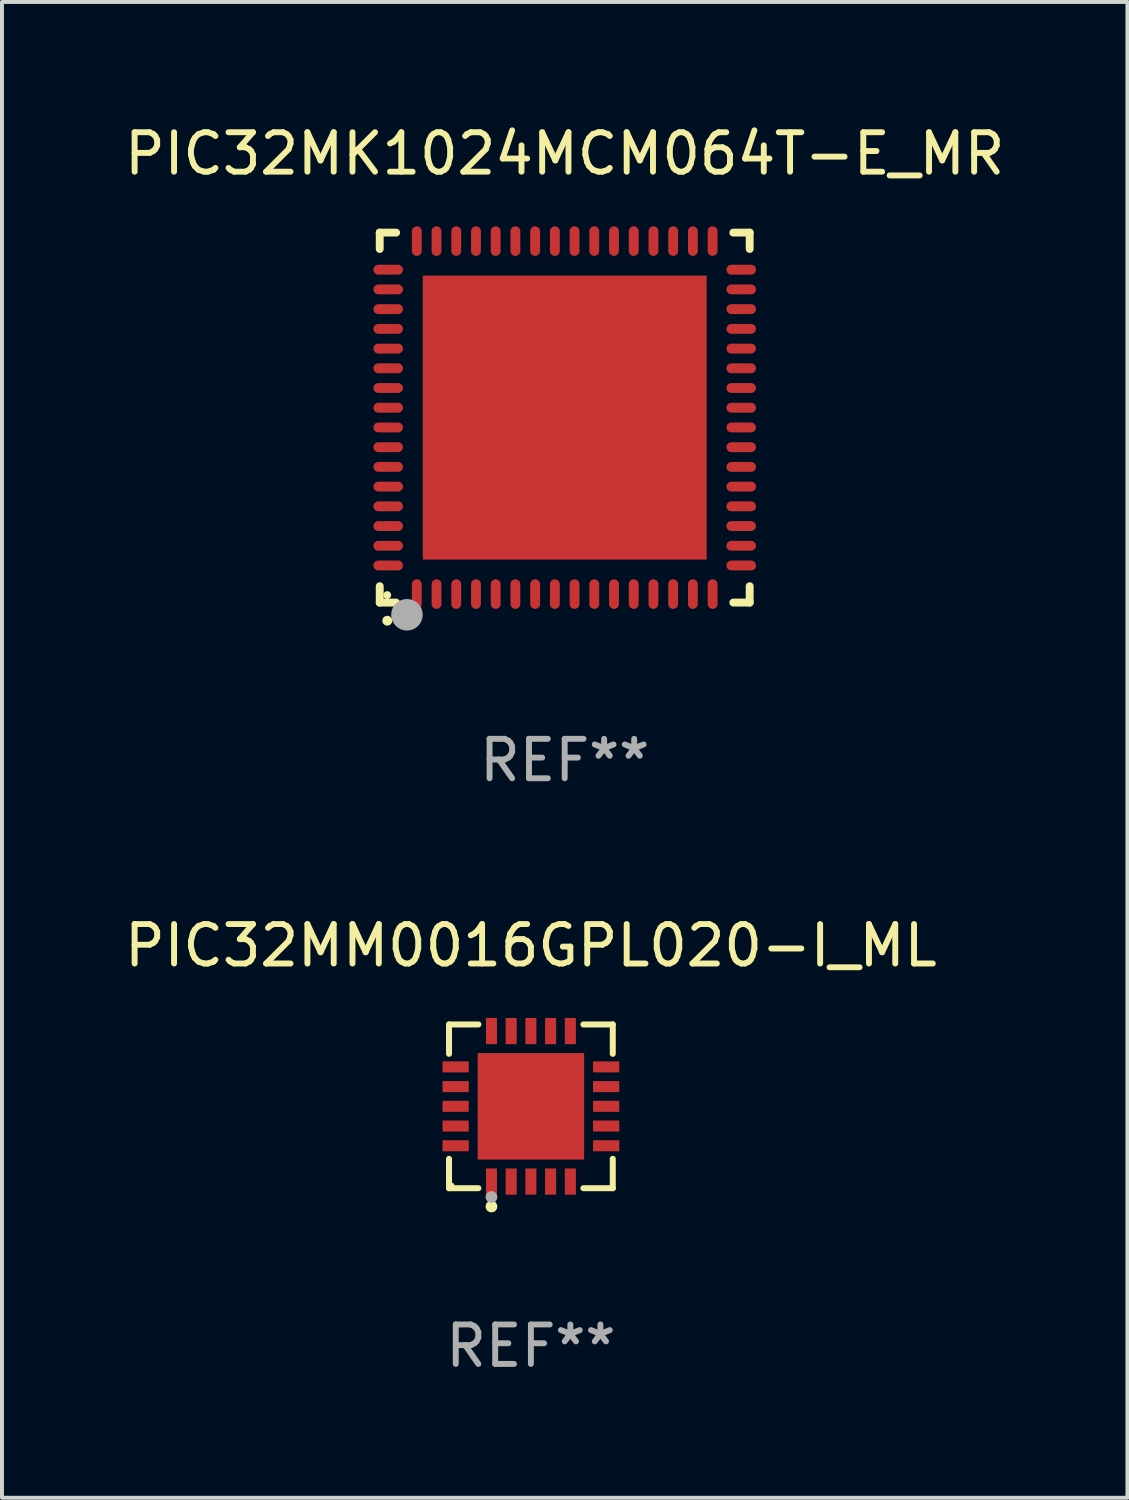
<source format=kicad_pcb>
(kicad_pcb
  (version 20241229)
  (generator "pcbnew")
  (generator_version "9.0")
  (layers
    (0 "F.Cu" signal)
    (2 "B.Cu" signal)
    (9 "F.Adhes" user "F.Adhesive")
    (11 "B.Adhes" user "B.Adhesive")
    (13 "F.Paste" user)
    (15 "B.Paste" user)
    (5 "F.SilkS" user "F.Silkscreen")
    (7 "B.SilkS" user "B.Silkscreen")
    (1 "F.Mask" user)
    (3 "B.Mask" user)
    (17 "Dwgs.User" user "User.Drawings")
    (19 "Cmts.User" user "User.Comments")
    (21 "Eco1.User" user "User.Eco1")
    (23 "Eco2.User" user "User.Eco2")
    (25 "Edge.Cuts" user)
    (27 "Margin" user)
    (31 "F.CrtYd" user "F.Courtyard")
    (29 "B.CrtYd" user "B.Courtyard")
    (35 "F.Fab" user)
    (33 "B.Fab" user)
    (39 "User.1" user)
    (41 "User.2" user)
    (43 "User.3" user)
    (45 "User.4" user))
  (footprint "PIC32MM0016GPL020-I_ML"
    (layer "F.Cu")
    (at 10.411 25.001)
    (property "Reference" "PIC32MM0016GPL020-I_ML" (at 0 -4.076 0) (layer "F.SilkS") (effects (font (size 1 1) (thickness 0.15))))
    (attr through_hole)
    (fp_line (start -2.076 -2.076) (end -1.331 -2.076) (stroke (width 0.152) (type solid)) (layer "F.SilkS"))
    (fp_line (start -2.076 -1.331) (end -2.076 -2.076) (stroke (width 0.152) (type solid)) (layer "F.SilkS"))
    (fp_line (start -2.076 1.331) (end -2.076 2.076) (stroke (width 0.152) (type solid)) (layer "F.SilkS"))
    (fp_line (start -2.076 2.076) (end -1.331 2.076) (stroke (width 0.152) (type solid)) (layer "F.SilkS"))
    (fp_line (start 2.076 -2.076) (end 1.331 -2.076) (stroke (width 0.152) (type solid)) (layer "F.SilkS"))
    (fp_line (start 2.076 -1.331) (end 2.076 -2.076) (stroke (width 0.152) (type solid)) (layer "F.SilkS"))
    (fp_line (start 2.076 1.331) (end 2.076 2.076) (stroke (width 0.152) (type solid)) (layer "F.SilkS"))
    (fp_line (start 2.076 2.076) (end 1.331 2.076) (stroke (width 0.152) (type solid)) (layer "F.SilkS"))
    (fp_circle (center -2 2) (end -1.97 2) (stroke (width 0.06) (type solid)) (fill no) (layer "F.SilkS"))
    (fp_circle (center -1 2.54) (end -0.925 2.54) (stroke (width 0.15) (type solid)) (fill no) (layer "F.SilkS"))
    (fp_circle (center -1 2.3) (end -0.925 2.3) (stroke (width 0.15) (type solid)) (fill no) (layer "F.Fab"))
    (fp_text user "REF**" (at 0 6.076 0) (layer "F.Fab") (effects (font (size 1 1) (thickness 0.15))))
    (pad "1" smd rect (at -1 1.908) (size 0.28 0.665) (layers "F.Cu" "F.Mask" "F.Paste"))
    (pad "2" smd rect (at -0.5 1.908) (size 0.28 0.665) (layers "F.Cu" "F.Mask" "F.Paste"))
    (pad "3" smd rect (at 0 1.908) (size 0.28 0.665) (layers "F.Cu" "F.Mask" "F.Paste"))
    (pad "4" smd rect (at 0.5 1.908) (size 0.28 0.665) (layers "F.Cu" "F.Mask" "F.Paste"))
    (pad "5" smd rect (at 1 1.908) (size 0.28 0.665) (layers "F.Cu" "F.Mask" "F.Paste"))
    (pad "6" smd rect (at 1.908 1) (size 0.665 0.28) (layers "F.Cu" "F.Mask" "F.Paste"))
    (pad "7" smd rect (at 1.908 0.5) (size 0.665 0.28) (layers "F.Cu" "F.Mask" "F.Paste"))
    (pad "8" smd rect (at 1.908 0) (size 0.665 0.28) (layers "F.Cu" "F.Mask" "F.Paste"))
    (pad "9" smd rect (at 1.908 -0.5) (size 0.665 0.28) (layers "F.Cu" "F.Mask" "F.Paste"))
    (pad "10" smd rect (at 1.908 -1) (size 0.665 0.28) (layers "F.Cu" "F.Mask" "F.Paste"))
    (pad "11" smd rect (at 1 -1.908) (size 0.28 0.665) (layers "F.Cu" "F.Mask" "F.Paste"))
    (pad "12" smd rect (at 0.5 -1.908) (size 0.28 0.665) (layers "F.Cu" "F.Mask" "F.Paste"))
    (pad "13" smd rect (at 0 -1.908) (size 0.28 0.665) (layers "F.Cu" "F.Mask" "F.Paste"))
    (pad "14" smd rect (at -0.5 -1.908) (size 0.28 0.665) (layers "F.Cu" "F.Mask" "F.Paste"))
    (pad "15" smd rect (at -1 -1.908) (size 0.28 0.665) (layers "F.Cu" "F.Mask" "F.Paste"))
    (pad "16" smd rect (at -1.908 -1) (size 0.665 0.28) (layers "F.Cu" "F.Mask" "F.Paste"))
    (pad "17" smd rect (at -1.908 -0.5) (size 0.665 0.28) (layers "F.Cu" "F.Mask" "F.Paste"))
    (pad "18" smd rect (at -1.908 0) (size 0.665 0.28) (layers "F.Cu" "F.Mask" "F.Paste"))
    (pad "19" smd rect (at -1.908 0.5) (size 0.665 0.28) (layers "F.Cu" "F.Mask" "F.Paste"))
    (pad "20" smd rect (at -1.908 1) (size 0.665 0.28) (layers "F.Cu" "F.Mask" "F.Paste"))
    (pad "21" smd rect (at 0 0) (size 2.7 2.7) (layers "F.Cu" "F.Mask" "F.Paste")))
  (footprint "PIC32MK1024MCM064T-E_MR"
    (layer "F.Cu")
    (at 11.268 7.538)
    (property "Reference" "PIC32MK1024MCM064T-E_MR" (at 0 -6.69 0) (layer "F.SilkS") (effects (font (size 1 1) (thickness 0.15))))
    (attr through_hole)
    (fp_line (start -4.69 -4.69) (end -4.275 -4.69) (stroke (width 0.2) (type solid)) (layer "F.SilkS"))
    (fp_line (start -4.69 -4.275) (end -4.69 -4.69) (stroke (width 0.2) (type solid)) (layer "F.SilkS"))
    (fp_line (start -4.69 4.69) (end -4.69 4.275) (stroke (width 0.2) (type solid)) (layer "F.SilkS"))
    (fp_line (start -4.275 4.69) (end -4.69 4.69) (stroke (width 0.2) (type solid)) (layer "F.SilkS"))
    (fp_line (start 4.275 4.69) (end 4.69 4.69) (stroke (width 0.2) (type solid)) (layer "F.SilkS"))
    (fp_line (start 4.69 -4.69) (end 4.275 -4.69) (stroke (width 0.2) (type solid)) (layer "F.SilkS"))
    (fp_line (start 4.69 -4.275) (end 4.69 -4.69) (stroke (width 0.2) (type solid)) (layer "F.SilkS"))
    (fp_line (start 4.69 4.69) (end 4.69 4.275) (stroke (width 0.2) (type solid)) (layer "F.SilkS"))
    (fp_arc (start -4.499886 5.15) (mid -4.498616 5.149994) (end -4.497346 5.15) (stroke (width 0.24892) (type solid)) (layer "F.SilkS"))
    (fp_circle (center -4.5 4.5) (end -4.45 4.5) (stroke (width 0.1) (type solid)) (fill no) (layer "F.SilkS"))
    (fp_circle (center -4 5) (end -3.8 5) (stroke (width 0.4) (type solid)) (fill no) (layer "F.Fab"))
    (fp_text user "REF**" (at 0 8.69 0) (layer "F.Fab") (effects (font (size 1 1) (thickness 0.15))))
    (pad "1" smd oval (at -3.75 4.475) (size 0.25 0.75) (layers "F.Cu" "F.Mask" "F.Paste"))
    (pad "2" smd oval (at -3.25 4.475) (size 0.25 0.75) (layers "F.Cu" "F.Mask" "F.Paste"))
    (pad "3" smd oval (at -2.75 4.475) (size 0.25 0.75) (layers "F.Cu" "F.Mask" "F.Paste"))
    (pad "4" smd oval (at -2.25 4.475) (size 0.25 0.75) (layers "F.Cu" "F.Mask" "F.Paste"))
    (pad "5" smd oval (at -1.75 4.475) (size 0.25 0.75) (layers "F.Cu" "F.Mask" "F.Paste"))
    (pad "6" smd oval (at -1.25 4.475) (size 0.25 0.75) (layers "F.Cu" "F.Mask" "F.Paste"))
    (pad "7" smd oval (at -0.75 4.475) (size 0.25 0.75) (layers "F.Cu" "F.Mask" "F.Paste"))
    (pad "8" smd oval (at -0.25 4.475) (size 0.25 0.75) (layers "F.Cu" "F.Mask" "F.Paste"))
    (pad "9" smd oval (at 0.25 4.475) (size 0.25 0.75) (layers "F.Cu" "F.Mask" "F.Paste"))
    (pad "10" smd oval (at 0.75 4.475) (size 0.25 0.75) (layers "F.Cu" "F.Mask" "F.Paste"))
    (pad "11" smd oval (at 1.25 4.475) (size 0.25 0.75) (layers "F.Cu" "F.Mask" "F.Paste"))
    (pad "12" smd oval (at 1.75 4.475) (size 0.25 0.75) (layers "F.Cu" "F.Mask" "F.Paste"))
    (pad "13" smd oval (at 2.25 4.475) (size 0.25 0.75) (layers "F.Cu" "F.Mask" "F.Paste"))
    (pad "14" smd oval (at 2.75 4.475) (size 0.25 0.75) (layers "F.Cu" "F.Mask" "F.Paste"))
    (pad "15" smd oval (at 3.25 4.475) (size 0.25 0.75) (layers "F.Cu" "F.Mask" "F.Paste"))
    (pad "16" smd oval (at 3.75 4.475) (size 0.25 0.75) (layers "F.Cu" "F.Mask" "F.Paste"))
    (pad "17" smd oval (at 4.475 3.75) (size 0.75 0.25) (layers "F.Cu" "F.Mask" "F.Paste"))
    (pad "18" smd oval (at 4.475 3.25) (size 0.75 0.25) (layers "F.Cu" "F.Mask" "F.Paste"))
    (pad "19" smd oval (at 4.475 2.75) (size 0.75 0.25) (layers "F.Cu" "F.Mask" "F.Paste"))
    (pad "20" smd oval (at 4.475 2.25) (size 0.75 0.25) (layers "F.Cu" "F.Mask" "F.Paste"))
    (pad "21" smd oval (at 4.475 1.75) (size 0.75 0.25) (layers "F.Cu" "F.Mask" "F.Paste"))
    (pad "22" smd oval (at 4.475 1.25) (size 0.75 0.25) (layers "F.Cu" "F.Mask" "F.Paste"))
    (pad "23" smd oval (at 4.475 0.75) (size 0.75 0.25) (layers "F.Cu" "F.Mask" "F.Paste"))
    (pad "24" smd oval (at 4.475 0.25) (size 0.75 0.25) (layers "F.Cu" "F.Mask" "F.Paste"))
    (pad "25" smd oval (at 4.475 -0.25) (size 0.75 0.25) (layers "F.Cu" "F.Mask" "F.Paste"))
    (pad "26" smd oval (at 4.475 -0.75) (size 0.75 0.25) (layers "F.Cu" "F.Mask" "F.Paste"))
    (pad "27" smd oval (at 4.475 -1.25) (size 0.75 0.25) (layers "F.Cu" "F.Mask" "F.Paste"))
    (pad "28" smd oval (at 4.475 -1.75) (size 0.75 0.25) (layers "F.Cu" "F.Mask" "F.Paste"))
    (pad "29" smd oval (at 4.475 -2.25) (size 0.75 0.25) (layers "F.Cu" "F.Mask" "F.Paste"))
    (pad "30" smd oval (at 4.475 -2.75) (size 0.75 0.25) (layers "F.Cu" "F.Mask" "F.Paste"))
    (pad "31" smd oval (at 4.475 -3.25) (size 0.75 0.25) (layers "F.Cu" "F.Mask" "F.Paste"))
    (pad "32" smd oval (at 4.475 -3.75) (size 0.75 0.25) (layers "F.Cu" "F.Mask" "F.Paste"))
    (pad "33" smd oval (at 3.75 -4.475) (size 0.25 0.75) (layers "F.Cu" "F.Mask" "F.Paste"))
    (pad "34" smd oval (at 3.25 -4.475) (size 0.25 0.75) (layers "F.Cu" "F.Mask" "F.Paste"))
    (pad "35" smd oval (at 2.75 -4.475) (size 0.25 0.75) (layers "F.Cu" "F.Mask" "F.Paste"))
    (pad "36" smd oval (at 2.25 -4.475) (size 0.25 0.75) (layers "F.Cu" "F.Mask" "F.Paste"))
    (pad "37" smd oval (at 1.75 -4.475) (size 0.25 0.75) (layers "F.Cu" "F.Mask" "F.Paste"))
    (pad "38" smd oval (at 1.25 -4.475) (size 0.25 0.75) (layers "F.Cu" "F.Mask" "F.Paste"))
    (pad "39" smd oval (at 0.75 -4.475) (size 0.25 0.75) (layers "F.Cu" "F.Mask" "F.Paste"))
    (pad "40" smd oval (at 0.25 -4.475) (size 0.25 0.75) (layers "F.Cu" "F.Mask" "F.Paste"))
    (pad "41" smd oval (at -0.25 -4.475) (size 0.25 0.75) (layers "F.Cu" "F.Mask" "F.Paste"))
    (pad "42" smd oval (at -0.75 -4.475) (size 0.25 0.75) (layers "F.Cu" "F.Mask" "F.Paste"))
    (pad "43" smd oval (at -1.25 -4.475) (size 0.25 0.75) (layers "F.Cu" "F.Mask" "F.Paste"))
    (pad "44" smd oval (at -1.75 -4.475) (size 0.25 0.75) (layers "F.Cu" "F.Mask" "F.Paste"))
    (pad "45" smd oval (at -2.25 -4.475) (size 0.25 0.75) (layers "F.Cu" "F.Mask" "F.Paste"))
    (pad "46" smd oval (at -2.75 -4.475) (size 0.25 0.75) (layers "F.Cu" "F.Mask" "F.Paste"))
    (pad "47" smd oval (at -3.25 -4.475) (size 0.25 0.75) (layers "F.Cu" "F.Mask" "F.Paste"))
    (pad "48" smd oval (at -3.75 -4.475) (size 0.25 0.75) (layers "F.Cu" "F.Mask" "F.Paste"))
    (pad "49" smd oval (at -4.475 -3.75) (size 0.75 0.25) (layers "F.Cu" "F.Mask" "F.Paste"))
    (pad "50" smd oval (at -4.475 -3.25) (size 0.75 0.25) (layers "F.Cu" "F.Mask" "F.Paste"))
    (pad "51" smd oval (at -4.475 -2.75) (size 0.75 0.25) (layers "F.Cu" "F.Mask" "F.Paste"))
    (pad "52" smd oval (at -4.475 -2.25) (size 0.75 0.25) (layers "F.Cu" "F.Mask" "F.Paste"))
    (pad "53" smd oval (at -4.475 -1.75) (size 0.75 0.25) (layers "F.Cu" "F.Mask" "F.Paste"))
    (pad "54" smd oval (at -4.475 -1.25) (size 0.75 0.25) (layers "F.Cu" "F.Mask" "F.Paste"))
    (pad "55" smd oval (at -4.475 -0.75) (size 0.75 0.25) (layers "F.Cu" "F.Mask" "F.Paste"))
    (pad "56" smd oval (at -4.475 -0.25) (size 0.75 0.25) (layers "F.Cu" "F.Mask" "F.Paste"))
    (pad "57" smd oval (at -4.475 0.25) (size 0.75 0.25) (layers "F.Cu" "F.Mask" "F.Paste"))
    (pad "58" smd oval (at -4.475 0.75) (size 0.75 0.25) (layers "F.Cu" "F.Mask" "F.Paste"))
    (pad "59" smd oval (at -4.475 1.25) (size 0.75 0.25) (layers "F.Cu" "F.Mask" "F.Paste"))
    (pad "60" smd oval (at -4.475 1.75) (size 0.75 0.25) (layers "F.Cu" "F.Mask" "F.Paste"))
    (pad "61" smd oval (at -4.475 2.25) (size 0.75 0.25) (layers "F.Cu" "F.Mask" "F.Paste"))
    (pad "62" smd oval (at -4.475 2.75) (size 0.75 0.25) (layers "F.Cu" "F.Mask" "F.Paste"))
    (pad "63" smd oval (at -4.475 3.25) (size 0.75 0.25) (layers "F.Cu" "F.Mask" "F.Paste"))
    (pad "64" smd oval (at -4.475 3.75) (size 0.75 0.25) (layers "F.Cu" "F.Mask" "F.Paste"))
    (pad "65" smd rect (at 0.000368 0.000013) (size 7.2 7.2) (layers "F.Cu" "F.Mask" "F.Paste")))
  (gr_rect
    (start -3 -3)
    (end 25.536 34.926)
    (stroke (width 0.1) (type default))
    (fill no)
    (layer "Edge.Cuts")))
</source>
